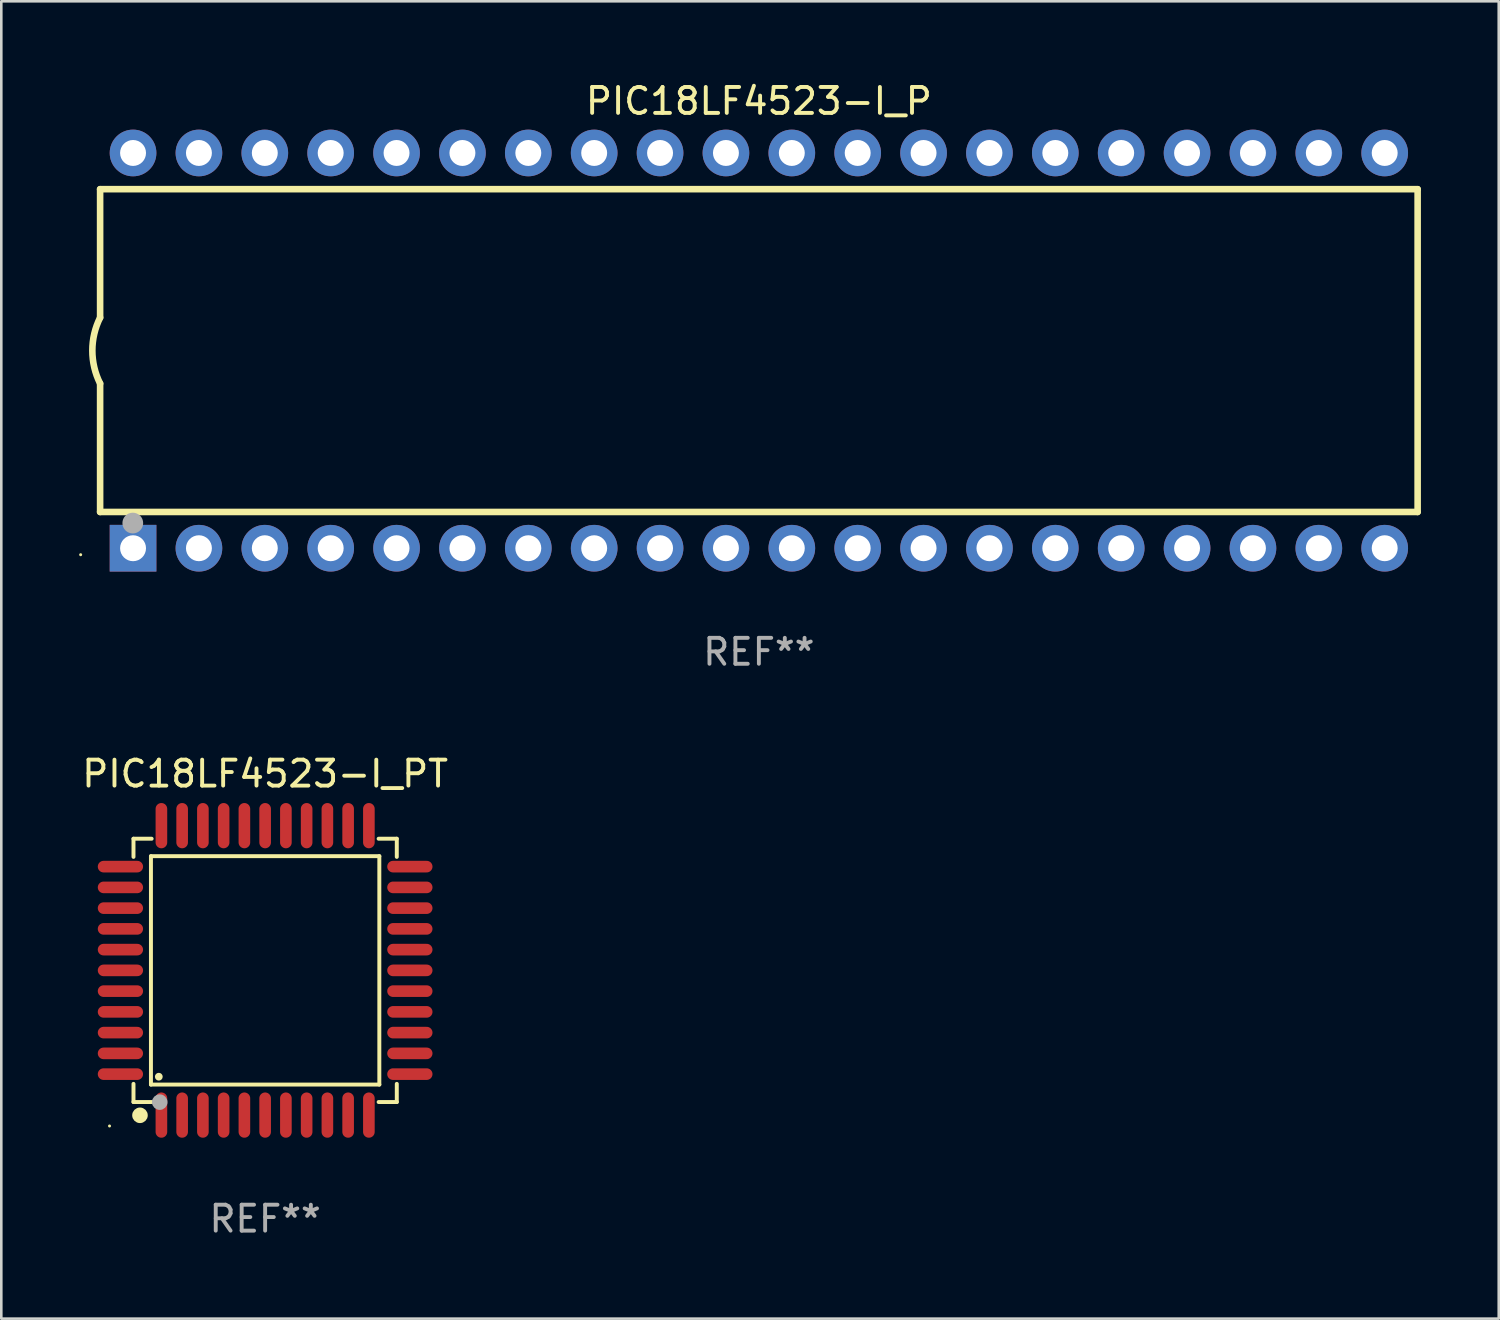
<source format=kicad_pcb>
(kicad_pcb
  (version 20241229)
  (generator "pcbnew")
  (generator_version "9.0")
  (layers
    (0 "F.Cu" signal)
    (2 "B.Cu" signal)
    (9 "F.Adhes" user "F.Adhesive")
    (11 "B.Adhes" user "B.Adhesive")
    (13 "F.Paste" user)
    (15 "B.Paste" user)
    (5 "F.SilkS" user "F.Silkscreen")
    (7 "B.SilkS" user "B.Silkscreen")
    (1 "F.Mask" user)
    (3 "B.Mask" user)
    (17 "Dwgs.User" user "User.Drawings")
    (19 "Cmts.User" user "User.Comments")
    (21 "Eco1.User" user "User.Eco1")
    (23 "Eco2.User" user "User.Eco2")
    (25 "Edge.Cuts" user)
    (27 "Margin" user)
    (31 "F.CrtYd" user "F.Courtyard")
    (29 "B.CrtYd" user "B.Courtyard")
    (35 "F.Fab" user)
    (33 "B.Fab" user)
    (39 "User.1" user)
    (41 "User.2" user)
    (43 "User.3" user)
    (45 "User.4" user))
  (footprint "PIC18LF4523-I_P"
    (layer "F.Cu")
    (at 26.21 10.468)
    (property "Reference" "PIC18LF4523-I_P" (at 0 -9.62 0) (layer "F.SilkS") (effects (font (size 1 1) (thickness 0.15))))
    (attr through_hole)
    (fp_line (start -25.4 -6.224) (end -25.4 -1.271) (stroke (width 0.254) (type solid)) (layer "F.SilkS"))
    (fp_line (start -25.4 -6.224) (end 25.4 -6.224) (stroke (width 0.254) (type solid)) (layer "F.SilkS"))
    (fp_line (start -25.4 1.269) (end -25.4 6.222) (stroke (width 0.254) (type solid)) (layer "F.SilkS"))
    (fp_line (start -25.4 6.222) (end 25.4 6.222) (stroke (width 0.254) (type solid)) (layer "F.SilkS"))
    (fp_line (start 25.4 6.222) (end 25.4 -6.224) (stroke (width 0.254) (type solid)) (layer "F.SilkS"))
    (fp_arc (start -25.4 1.269241) (mid -25.699807 -0.000762) (end -25.4 -1.270765) (stroke (width 0.254001) (type solid)) (layer "F.SilkS"))
    (fp_circle (center -26.15 7.87) (end -26.12 7.87) (stroke (width 0.06) (type solid)) (fill no) (layer "F.SilkS"))
    (fp_circle (center -24.14 6.65) (end -23.94 6.65) (stroke (width 0.4) (type solid)) (fill no) (layer "F.Fab"))
    (fp_text user "REF**" (at 0 11.62 0) (layer "F.Fab") (effects (font (size 1 1) (thickness 0.15))))
    (pad "1" thru_hole rect (at -24.13 7.62 90) (size 1.8 1.8) (drill 1) (layers "*.Cu" "*.Mask"))
    (pad "2" thru_hole circle (at -21.59 7.62) (size 1.8 1.8) (drill 1) (layers "*.Cu" "*.Mask"))
    (pad "3" thru_hole circle (at -19.05 7.62) (size 1.8 1.8) (drill 1) (layers "*.Cu" "*.Mask"))
    (pad "4" thru_hole circle (at -16.51 7.62) (size 1.8 1.8) (drill 1) (layers "*.Cu" "*.Mask"))
    (pad "5" thru_hole circle (at -13.97 7.62) (size 1.8 1.8) (drill 1) (layers "*.Cu" "*.Mask"))
    (pad "6" thru_hole circle (at -11.43 7.62) (size 1.8 1.8) (drill 1) (layers "*.Cu" "*.Mask"))
    (pad "7" thru_hole circle (at -8.89 7.62) (size 1.8 1.8) (drill 1) (layers "*.Cu" "*.Mask"))
    (pad "8" thru_hole circle (at -6.35 7.62) (size 1.8 1.8) (drill 1) (layers "*.Cu" "*.Mask"))
    (pad "9" thru_hole circle (at -3.81 7.62) (size 1.8 1.8) (drill 1) (layers "*.Cu" "*.Mask"))
    (pad "10" thru_hole circle (at -1.27 7.62) (size 1.8 1.8) (drill 1) (layers "*.Cu" "*.Mask"))
    (pad "11" thru_hole circle (at 1.27 7.62) (size 1.8 1.8) (drill 1) (layers "*.Cu" "*.Mask"))
    (pad "12" thru_hole circle (at 3.81 7.62) (size 1.8 1.8) (drill 1) (layers "*.Cu" "*.Mask"))
    (pad "13" thru_hole circle (at 6.35 7.62) (size 1.8 1.8) (drill 1) (layers "*.Cu" "*.Mask"))
    (pad "14" thru_hole circle (at 8.89 7.62) (size 1.8 1.8) (drill 1) (layers "*.Cu" "*.Mask"))
    (pad "15" thru_hole circle (at 11.43 7.62) (size 1.8 1.8) (drill 1) (layers "*.Cu" "*.Mask"))
    (pad "16" thru_hole circle (at 13.97 7.62) (size 1.8 1.8) (drill 1) (layers "*.Cu" "*.Mask"))
    (pad "17" thru_hole circle (at 16.51 7.62) (size 1.8 1.8) (drill 1) (layers "*.Cu" "*.Mask"))
    (pad "18" thru_hole circle (at 19.05 7.62) (size 1.8 1.8) (drill 1) (layers "*.Cu" "*.Mask"))
    (pad "19" thru_hole circle (at 21.59 7.62) (size 1.8 1.8) (drill 1) (layers "*.Cu" "*.Mask"))
    (pad "20" thru_hole circle (at 24.13 7.62) (size 1.8 1.8) (drill 1) (layers "*.Cu" "*.Mask"))
    (pad "21" thru_hole circle (at 24.13 -7.62) (size 1.8 1.8) (drill 1) (layers "*.Cu" "*.Mask"))
    (pad "22" thru_hole circle (at 21.59 -7.62) (size 1.8 1.8) (drill 1) (layers "*.Cu" "*.Mask"))
    (pad "23" thru_hole circle (at 19.05 -7.62) (size 1.8 1.8) (drill 1) (layers "*.Cu" "*.Mask"))
    (pad "24" thru_hole circle (at 16.51 -7.62) (size 1.8 1.8) (drill 1) (layers "*.Cu" "*.Mask"))
    (pad "25" thru_hole circle (at 13.97 -7.62) (size 1.8 1.8) (drill 1) (layers "*.Cu" "*.Mask"))
    (pad "26" thru_hole circle (at 11.43 -7.62) (size 1.8 1.8) (drill 1) (layers "*.Cu" "*.Mask"))
    (pad "27" thru_hole circle (at 8.89 -7.62) (size 1.8 1.8) (drill 1) (layers "*.Cu" "*.Mask"))
    (pad "28" thru_hole circle (at 6.35 -7.62) (size 1.8 1.8) (drill 1) (layers "*.Cu" "*.Mask"))
    (pad "29" thru_hole circle (at 3.81 -7.62) (size 1.8 1.8) (drill 1) (layers "*.Cu" "*.Mask"))
    (pad "30" thru_hole circle (at 1.27 -7.62) (size 1.8 1.8) (drill 1) (layers "*.Cu" "*.Mask"))
    (pad "31" thru_hole circle (at -1.27 -7.62) (size 1.8 1.8) (drill 1) (layers "*.Cu" "*.Mask"))
    (pad "32" thru_hole circle (at -3.81 -7.62) (size 1.8 1.8) (drill 1) (layers "*.Cu" "*.Mask"))
    (pad "33" thru_hole circle (at -6.35 -7.62) (size 1.8 1.8) (drill 1) (layers "*.Cu" "*.Mask"))
    (pad "34" thru_hole circle (at -8.89 -7.62) (size 1.8 1.8) (drill 1) (layers "*.Cu" "*.Mask"))
    (pad "35" thru_hole circle (at -11.43 -7.62) (size 1.8 1.8) (drill 1) (layers "*.Cu" "*.Mask"))
    (pad "36" thru_hole circle (at -13.97 -7.62) (size 1.8 1.8) (drill 1) (layers "*.Cu" "*.Mask"))
    (pad "37" thru_hole circle (at -16.51 -7.62) (size 1.8 1.8) (drill 1) (layers "*.Cu" "*.Mask"))
    (pad "38" thru_hole circle (at -19.05 -7.62) (size 1.8 1.8) (drill 1) (layers "*.Cu" "*.Mask"))
    (pad "39" thru_hole circle (at -21.59 -7.62) (size 1.8 1.8) (drill 1) (layers "*.Cu" "*.Mask"))
    (pad "40" thru_hole circle (at -24.13 -7.62) (size 1.8 1.8) (drill 1) (layers "*.Cu" "*.Mask")))
  (footprint "PIC18LF4523-I_PT"
    (layer "F.Cu")
    (at 7.173 34.365)
    (property "Reference" "PIC18LF4523-I_PT" (at 0 -7.58 0) (layer "F.SilkS") (effects (font (size 1 1) (thickness 0.15))))
    (attr through_hole)
    (fp_line (start -5.076 -5.076) (end -5.076 -4.376) (stroke (width 0.152) (type solid)) (layer "F.SilkS"))
    (fp_line (start -5.076 5.076) (end -5.076 4.376) (stroke (width 0.152) (type solid)) (layer "F.SilkS"))
    (fp_line (start -4.403 -4.403) (end 4.403 -4.403) (stroke (width 0.152) (type solid)) (layer "F.SilkS"))
    (fp_line (start -4.403 4.403) (end -4.403 -4.403) (stroke (width 0.152) (type solid)) (layer "F.SilkS"))
    (fp_line (start -4.376 -5.076) (end -5.076 -5.076) (stroke (width 0.152) (type solid)) (layer "F.SilkS"))
    (fp_line (start -4.376 5.076) (end -5.076 5.076) (stroke (width 0.152) (type solid)) (layer "F.SilkS"))
    (fp_line (start 4.376 -5.076) (end 5.076 -5.076) (stroke (width 0.152) (type solid)) (layer "F.SilkS"))
    (fp_line (start 4.376 5.076) (end 5.076 5.076) (stroke (width 0.152) (type solid)) (layer "F.SilkS"))
    (fp_line (start 4.403 -4.403) (end 4.403 4.403) (stroke (width 0.152) (type solid)) (layer "F.SilkS"))
    (fp_line (start 4.403 4.403) (end -4.403 4.403) (stroke (width 0.152) (type solid)) (layer "F.SilkS"))
    (fp_line (start 5.076 -5.076) (end 5.076 -4.376) (stroke (width 0.152) (type solid)) (layer "F.SilkS"))
    (fp_line (start 5.076 5.076) (end 5.076 4.376) (stroke (width 0.152) (type solid)) (layer "F.SilkS"))
    (fp_circle (center -6 6) (end -5.97 6) (stroke (width 0.06) (type solid)) (fill no) (layer "F.SilkS"))
    (fp_circle (center -4.826 5.588) (end -4.676 5.588) (stroke (width 0.3) (type solid)) (fill no) (layer "F.SilkS"))
    (fp_circle (center -4.1 4.1) (end -4.025 4.1) (stroke (width 0.15) (type solid)) (fill no) (layer "F.SilkS"))
    (fp_circle (center -4.064 5.08) (end -3.914 5.08) (stroke (width 0.3) (type solid)) (fill no) (layer "F.Fab"))
    (fp_text user "REF**" (at 0 9.58 0) (layer "F.Fab") (effects (font (size 1 1) (thickness 0.15))))
    (pad "1" smd oval (at -4 5.58) (size 0.448 1.745) (layers "F.Cu" "F.Mask" "F.Paste"))
    (pad "2" smd oval (at -3.2 5.58) (size 0.448 1.745) (layers "F.Cu" "F.Mask" "F.Paste"))
    (pad "3" smd oval (at -2.4 5.58) (size 0.448 1.745) (layers "F.Cu" "F.Mask" "F.Paste"))
    (pad "4" smd oval (at -1.6 5.58) (size 0.448 1.745) (layers "F.Cu" "F.Mask" "F.Paste"))
    (pad "5" smd oval (at -0.8 5.58) (size 0.448 1.745) (layers "F.Cu" "F.Mask" "F.Paste"))
    (pad "6" smd oval (at 0 5.58) (size 0.448 1.745) (layers "F.Cu" "F.Mask" "F.Paste"))
    (pad "7" smd oval (at 0.8 5.58) (size 0.448 1.745) (layers "F.Cu" "F.Mask" "F.Paste"))
    (pad "8" smd oval (at 1.6 5.58) (size 0.448 1.745) (layers "F.Cu" "F.Mask" "F.Paste"))
    (pad "9" smd oval (at 2.4 5.58) (size 0.448 1.745) (layers "F.Cu" "F.Mask" "F.Paste"))
    (pad "10" smd oval (at 3.2 5.58) (size 0.448 1.745) (layers "F.Cu" "F.Mask" "F.Paste"))
    (pad "11" smd oval (at 4 5.58) (size 0.448 1.745) (layers "F.Cu" "F.Mask" "F.Paste"))
    (pad "12" smd oval (at 5.58 4) (size 1.745 0.448) (layers "F.Cu" "F.Mask" "F.Paste"))
    (pad "13" smd oval (at 5.58 3.2) (size 1.745 0.448) (layers "F.Cu" "F.Mask" "F.Paste"))
    (pad "14" smd oval (at 5.58 2.4) (size 1.745 0.448) (layers "F.Cu" "F.Mask" "F.Paste"))
    (pad "15" smd oval (at 5.58 1.6) (size 1.745 0.448) (layers "F.Cu" "F.Mask" "F.Paste"))
    (pad "16" smd oval (at 5.58 0.8) (size 1.745 0.448) (layers "F.Cu" "F.Mask" "F.Paste"))
    (pad "17" smd oval (at 5.58 0) (size 1.745 0.448) (layers "F.Cu" "F.Mask" "F.Paste"))
    (pad "18" smd oval (at 5.58 -0.8) (size 1.745 0.448) (layers "F.Cu" "F.Mask" "F.Paste"))
    (pad "19" smd oval (at 5.58 -1.6) (size 1.745 0.448) (layers "F.Cu" "F.Mask" "F.Paste"))
    (pad "20" smd oval (at 5.58 -2.4) (size 1.745 0.448) (layers "F.Cu" "F.Mask" "F.Paste"))
    (pad "21" smd oval (at 5.58 -3.2) (size 1.745 0.448) (layers "F.Cu" "F.Mask" "F.Paste"))
    (pad "22" smd oval (at 5.58 -4) (size 1.745 0.448) (layers "F.Cu" "F.Mask" "F.Paste"))
    (pad "23" smd oval (at 4 -5.58) (size 0.448 1.745) (layers "F.Cu" "F.Mask" "F.Paste"))
    (pad "24" smd oval (at 3.2 -5.58) (size 0.448 1.745) (layers "F.Cu" "F.Mask" "F.Paste"))
    (pad "25" smd oval (at 2.4 -5.58) (size 0.448 1.745) (layers "F.Cu" "F.Mask" "F.Paste"))
    (pad "26" smd oval (at 1.6 -5.58) (size 0.448 1.745) (layers "F.Cu" "F.Mask" "F.Paste"))
    (pad "27" smd oval (at 0.8 -5.58) (size 0.448 1.745) (layers "F.Cu" "F.Mask" "F.Paste"))
    (pad "28" smd oval (at 0 -5.58) (size 0.448 1.745) (layers "F.Cu" "F.Mask" "F.Paste"))
    (pad "29" smd oval (at -0.8 -5.58) (size 0.448 1.745) (layers "F.Cu" "F.Mask" "F.Paste"))
    (pad "30" smd oval (at -1.6 -5.58) (size 0.448 1.745) (layers "F.Cu" "F.Mask" "F.Paste"))
    (pad "31" smd oval (at -2.4 -5.58) (size 0.448 1.745) (layers "F.Cu" "F.Mask" "F.Paste"))
    (pad "32" smd oval (at -3.2 -5.58) (size 0.448 1.745) (layers "F.Cu" "F.Mask" "F.Paste"))
    (pad "33" smd oval (at -4 -5.58) (size 0.448 1.745) (layers "F.Cu" "F.Mask" "F.Paste"))
    (pad "34" smd oval (at -5.58 -4) (size 1.745 0.448) (layers "F.Cu" "F.Mask" "F.Paste"))
    (pad "35" smd oval (at -5.58 -3.2) (size 1.745 0.448) (layers "F.Cu" "F.Mask" "F.Paste"))
    (pad "36" smd oval (at -5.58 -2.4) (size 1.745 0.448) (layers "F.Cu" "F.Mask" "F.Paste"))
    (pad "37" smd oval (at -5.58 -1.6) (size 1.745 0.448) (layers "F.Cu" "F.Mask" "F.Paste"))
    (pad "38" smd oval (at -5.58 -0.8) (size 1.745 0.448) (layers "F.Cu" "F.Mask" "F.Paste"))
    (pad "39" smd oval (at -5.58 0) (size 1.745 0.448) (layers "F.Cu" "F.Mask" "F.Paste"))
    (pad "40" smd oval (at -5.58 0.8) (size 1.745 0.448) (layers "F.Cu" "F.Mask" "F.Paste"))
    (pad "41" smd oval (at -5.58 1.6) (size 1.745 0.448) (layers "F.Cu" "F.Mask" "F.Paste"))
    (pad "42" smd oval (at -5.58 2.4) (size 1.745 0.448) (layers "F.Cu" "F.Mask" "F.Paste"))
    (pad "43" smd oval (at -5.58 3.2) (size 1.745 0.448) (layers "F.Cu" "F.Mask" "F.Paste"))
    (pad "44" smd oval (at -5.58 4) (size 1.745 0.448) (layers "F.Cu" "F.Mask" "F.Paste")))
  (gr_rect
    (start -3 -3)
    (end 54.737 47.793)
    (stroke (width 0.1) (type default))
    (fill no)
    (layer "Edge.Cuts")))
</source>
